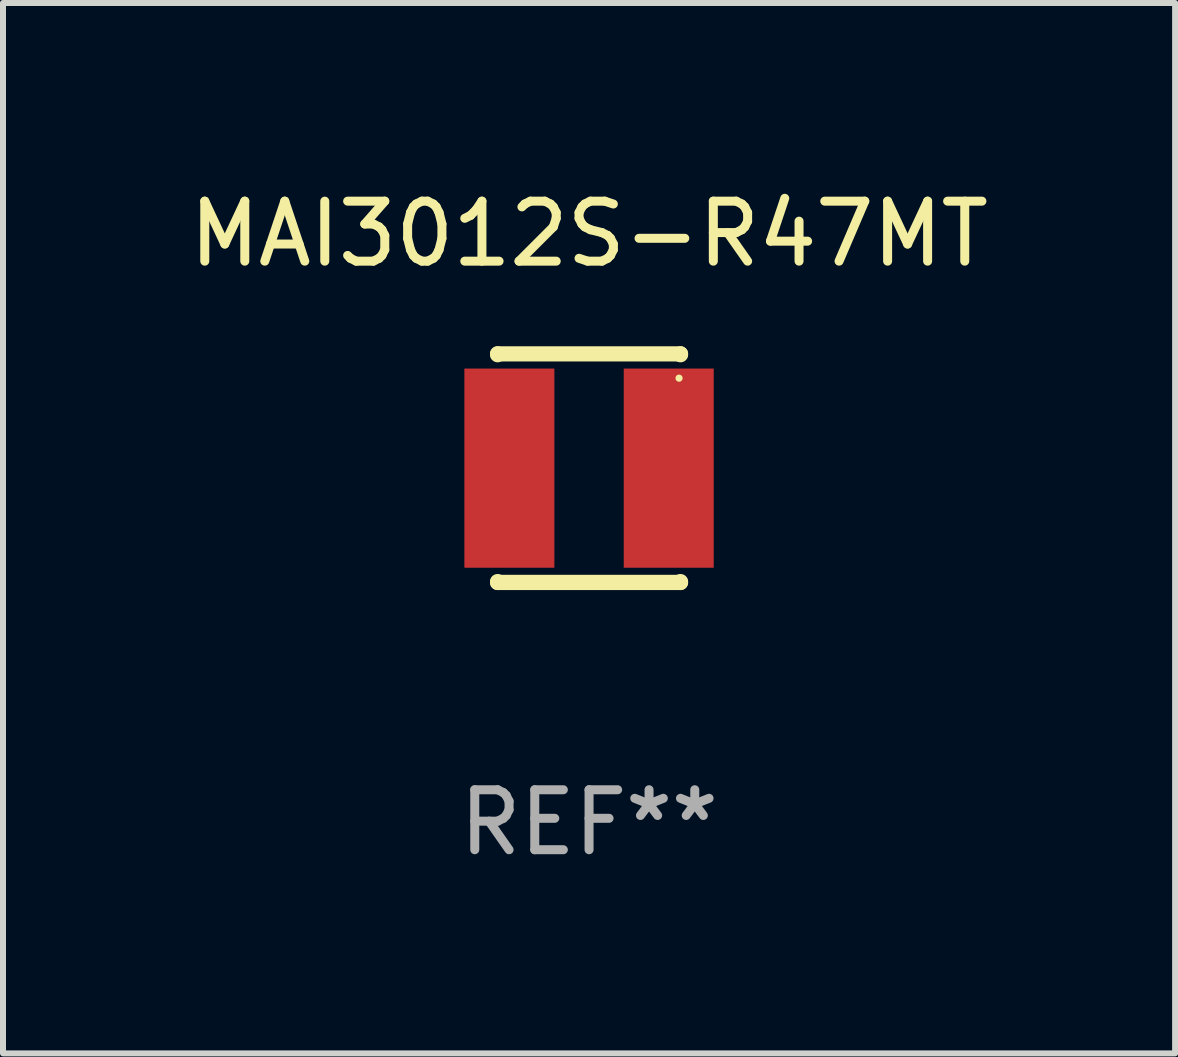
<source format=kicad_pcb>
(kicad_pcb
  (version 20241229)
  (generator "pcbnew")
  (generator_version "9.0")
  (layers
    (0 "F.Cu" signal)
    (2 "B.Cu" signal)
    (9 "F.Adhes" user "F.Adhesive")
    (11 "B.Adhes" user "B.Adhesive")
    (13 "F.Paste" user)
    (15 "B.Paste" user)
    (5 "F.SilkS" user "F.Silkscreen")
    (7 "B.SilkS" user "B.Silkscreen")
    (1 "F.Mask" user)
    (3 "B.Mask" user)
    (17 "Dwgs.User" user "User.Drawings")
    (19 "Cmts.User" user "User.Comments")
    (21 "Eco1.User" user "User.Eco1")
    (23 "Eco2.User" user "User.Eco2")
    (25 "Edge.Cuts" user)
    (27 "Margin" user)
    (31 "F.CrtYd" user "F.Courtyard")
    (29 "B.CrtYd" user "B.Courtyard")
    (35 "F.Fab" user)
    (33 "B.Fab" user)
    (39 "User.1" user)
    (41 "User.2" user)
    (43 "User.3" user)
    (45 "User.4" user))
  (footprint "MAI3012S-R47MT"
    (layer "F.Cu")
    (at 6.768 4.753)
    (property "Reference" "MAI3012S-R47MT" (at 0 -3.905 0) (layer "F.SilkS") (effects (font (size 1 1) (thickness 0.15))))
    (attr through_hole)
    (fp_line (start -1.524 -1.905) (end 1.524 -1.905) (stroke (width 0.254) (type solid)) (layer "F.SilkS"))
    (fp_line (start -1.524 -1.891) (end -1.524 -1.905) (stroke (width 0.254) (type solid)) (layer "F.SilkS"))
    (fp_line (start -1.524 1.905) (end -1.524 1.891) (stroke (width 0.254) (type solid)) (layer "F.SilkS"))
    (fp_line (start -1.524 1.905) (end 1.524 1.905) (stroke (width 0.254) (type solid)) (layer "F.SilkS"))
    (fp_line (start 1.524 -1.905) (end 1.524 -1.891) (stroke (width 0.254) (type solid)) (layer "F.SilkS"))
    (fp_line (start 1.524 1.891) (end 1.524 1.905) (stroke (width 0.254) (type solid)) (layer "F.SilkS"))
    (fp_circle (center 1.5 -1.5) (end 1.53 -1.5) (stroke (width 0.06) (type solid)) (fill no) (layer "F.SilkS"))
    (fp_text user "REF**" (at 0 5.905 0) (layer "F.Fab") (effects (font (size 1 1) (thickness 0.15))))
    (pad "1" smd rect (at 1.328 0) (size 1.5 3.32) (layers "F.Cu" "F.Mask" "F.Paste"))
    (pad "2" smd rect (at -1.328 0) (size 1.5 3.32) (layers "F.Cu" "F.Mask" "F.Paste")))
  (gr_rect
    (start -3 -3)
    (end 16.536 14.507)
    (stroke (width 0.1) (type default))
    (fill no)
    (layer "Edge.Cuts")))
</source>
